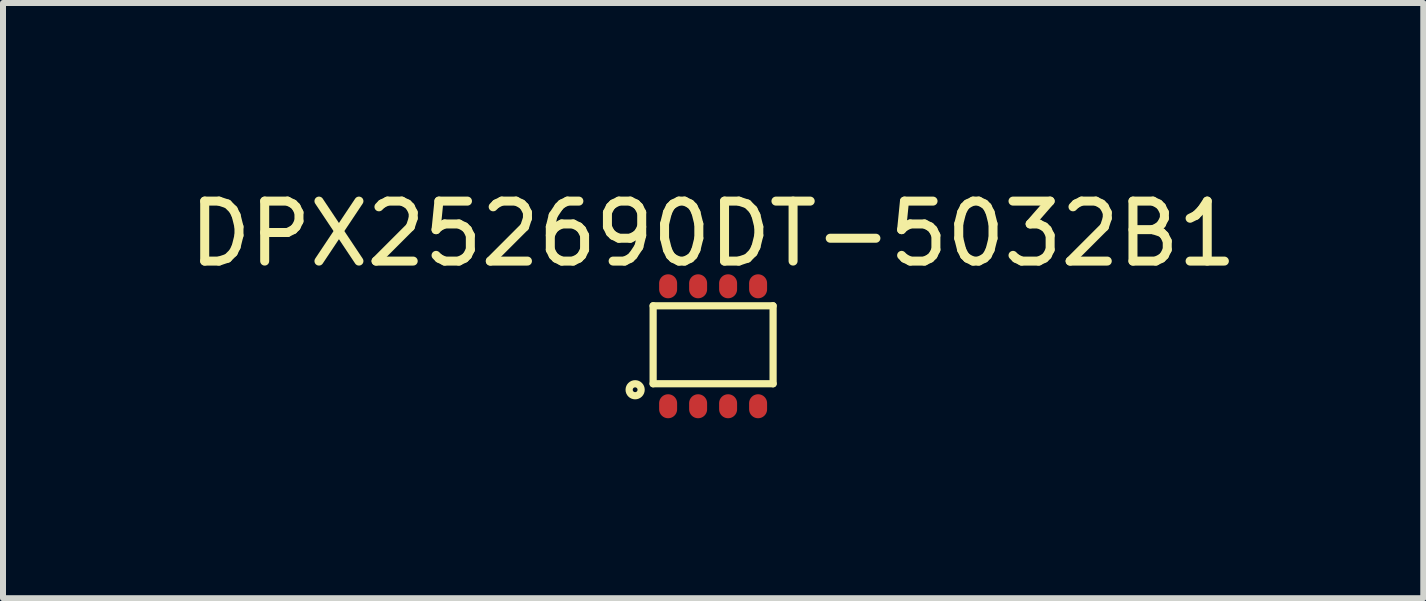
<source format=kicad_pcb>
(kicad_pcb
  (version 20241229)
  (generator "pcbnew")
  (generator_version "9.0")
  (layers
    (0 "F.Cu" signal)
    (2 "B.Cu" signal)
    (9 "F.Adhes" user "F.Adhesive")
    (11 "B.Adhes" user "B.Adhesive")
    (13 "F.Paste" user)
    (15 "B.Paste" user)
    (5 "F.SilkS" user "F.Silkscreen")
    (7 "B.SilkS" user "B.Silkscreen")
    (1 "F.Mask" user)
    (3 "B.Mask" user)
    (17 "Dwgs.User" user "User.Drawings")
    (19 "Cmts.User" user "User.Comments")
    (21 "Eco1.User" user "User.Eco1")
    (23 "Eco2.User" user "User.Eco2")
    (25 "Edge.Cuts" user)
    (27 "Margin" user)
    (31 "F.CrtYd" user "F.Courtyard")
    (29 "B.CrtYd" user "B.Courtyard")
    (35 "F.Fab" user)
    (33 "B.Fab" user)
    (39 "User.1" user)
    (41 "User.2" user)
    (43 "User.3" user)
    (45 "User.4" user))
  (footprint "DPX252690DT-5032B1"
    (layer "F.Cu")
    (at 8.839 2.748)
    (property "Reference" "DPX252690DT-5032B1" (at 0 -1.9 0) (layer "F.SilkS") (effects (font (size 1 1) (thickness 0.15))))
    (attr through_hole)
    (fp_line (start -1 -0.7) (end 1 -0.7) (stroke (width 0.12) (type solid)) (layer "F.SilkS"))
    (fp_line (start -1 0.6) (end -1 -0.7) (stroke (width 0.12) (type solid)) (layer "F.SilkS"))
    (fp_line (start 1 -0.7) (end 1 0.6) (stroke (width 0.12) (type solid)) (layer "F.SilkS"))
    (fp_line (start 1 0.6) (end -1 0.6) (stroke (width 0.12) (type solid)) (layer "F.SilkS"))
    (fp_circle (center -1.3 0.7) (end -1.2 0.7) (stroke (width 0.12) (type solid)) (fill no) (layer "F.SilkS"))
    (pad "1" smd oval (at -0.75 0.975) (size 0.3 0.4) (layers "F.Cu" "F.Mask" "F.Paste"))
    (pad "2" smd oval (at -0.25 0.975) (size 0.3 0.4) (layers "F.Cu" "F.Mask" "F.Paste"))
    (pad "3" smd oval (at 0.25 0.975) (size 0.3 0.4) (layers "F.Cu" "F.Mask" "F.Paste"))
    (pad "4" smd oval (at 0.75 0.975) (size 0.3 0.4) (layers "F.Cu" "F.Mask" "F.Paste"))
    (pad "5" smd oval (at 0.75 -1.025) (size 0.3 0.4) (layers "F.Cu" "F.Mask" "F.Paste"))
    (pad "6" smd oval (at 0.25 -1.025) (size 0.3 0.4) (layers "F.Cu" "F.Mask" "F.Paste"))
    (pad "7" smd oval (at -0.25 -1.025) (size 0.3 0.4) (layers "F.Cu" "F.Mask" "F.Paste"))
    (pad "8" smd oval (at -0.75 -1.025) (size 0.3 0.4) (layers "F.Cu" "F.Mask" "F.Paste")))
  (gr_rect
    (start -3 -3)
    (end 20.679 6.923)
    (stroke (width 0.1) (type default))
    (fill no)
    (layer "Edge.Cuts")))
</source>
